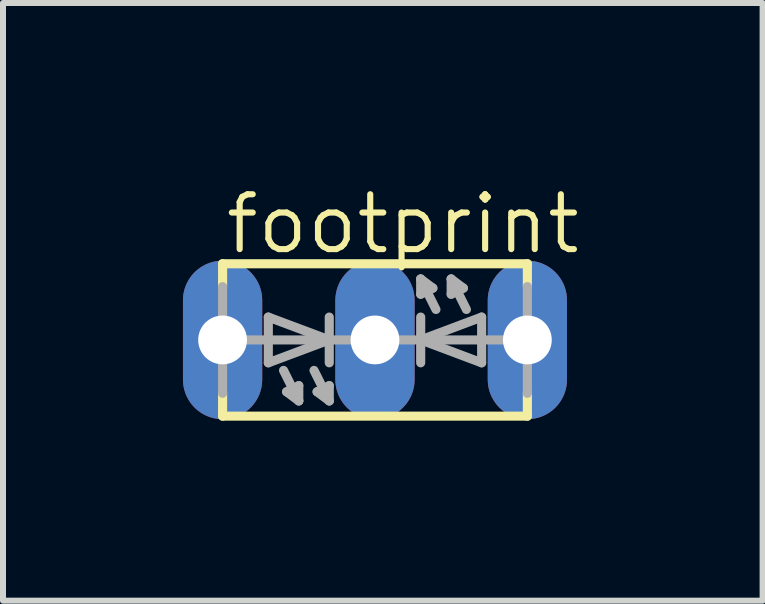
<source format=kicad_pcb>
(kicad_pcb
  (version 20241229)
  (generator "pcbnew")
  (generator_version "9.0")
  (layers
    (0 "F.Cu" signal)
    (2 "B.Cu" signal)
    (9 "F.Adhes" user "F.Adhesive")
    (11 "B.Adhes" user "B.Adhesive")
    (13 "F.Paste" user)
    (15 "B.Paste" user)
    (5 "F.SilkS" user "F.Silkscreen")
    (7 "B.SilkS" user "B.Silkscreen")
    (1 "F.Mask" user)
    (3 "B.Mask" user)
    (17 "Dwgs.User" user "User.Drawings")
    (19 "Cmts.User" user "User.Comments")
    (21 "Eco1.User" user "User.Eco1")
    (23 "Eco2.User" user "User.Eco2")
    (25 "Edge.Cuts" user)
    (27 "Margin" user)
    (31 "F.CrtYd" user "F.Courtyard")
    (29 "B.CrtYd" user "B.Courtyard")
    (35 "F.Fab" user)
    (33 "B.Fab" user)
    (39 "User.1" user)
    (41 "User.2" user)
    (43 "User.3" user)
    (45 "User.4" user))
  (footprint "footprint"
    (layer "F.Cu")
    (at 3.2 2.616)
    (property "Reference" "footprint" (at -2.54 -1.397 0) (layer "F.SilkS") (effects (font (size 0.914 0.914) (thickness 0.102)) (justify left bottom)))
    (fp_line (start -2.54 -1.27) (end -2.54 -0.889) (stroke (width 0.152) (type solid)) (layer "F.SilkS"))
    (fp_line (start -2.54 1.27) (end -2.54 0.889) (stroke (width 0.152) (type solid)) (layer "F.SilkS"))
    (fp_line (start -2.54 1.27) (end 2.54 1.27) (stroke (width 0.152) (type solid)) (layer "F.SilkS"))
    (fp_line (start 2.54 -1.27) (end -2.54 -1.27) (stroke (width 0.152) (type solid)) (layer "F.SilkS"))
    (fp_line (start 2.54 -1.27) (end 2.54 -0.889) (stroke (width 0.152) (type solid)) (layer "F.SilkS"))
    (fp_line (start 2.54 1.27) (end 2.54 0.889) (stroke (width 0.152) (type solid)) (layer "F.SilkS"))
    (fp_line (start -2.54 0.889) (end -2.54 -0.889) (stroke (width 0.152) (type solid)) (layer "F.Fab"))
    (fp_line (start -2.159 0) (end -0.762 0) (stroke (width 0.152) (type solid)) (layer "F.Fab"))
    (fp_line (start -1.778 -0.381) (end -1.778 0.381) (stroke (width 0.152) (type solid)) (layer "F.Fab"))
    (fp_line (start -1.778 -0.381) (end -0.762 0) (stroke (width 0.152) (type solid)) (layer "F.Fab"))
    (fp_line (start -1.524 0.508) (end -1.27 1.016) (stroke (width 0.152) (type solid)) (layer "F.Fab"))
    (fp_line (start -1.473 0.864) (end -1.27 0.762) (stroke (width 0.152) (type solid)) (layer "F.Fab"))
    (fp_line (start -1.27 1.016) (end -1.473 0.864) (stroke (width 0.152) (type solid)) (layer "F.Fab"))
    (fp_line (start -1.27 1.016) (end -1.27 0.762) (stroke (width 0.152) (type solid)) (layer "F.Fab"))
    (fp_line (start -1.016 0.508) (end -0.762 1.016) (stroke (width 0.152) (type solid)) (layer "F.Fab"))
    (fp_line (start -0.965 0.864) (end -0.762 0.762) (stroke (width 0.152) (type solid)) (layer "F.Fab"))
    (fp_line (start -0.762 -0.381) (end -0.762 0) (stroke (width 0.152) (type solid)) (layer "F.Fab"))
    (fp_line (start -0.762 0) (end -1.778 0.381) (stroke (width 0.152) (type solid)) (layer "F.Fab"))
    (fp_line (start -0.762 0) (end -0.762 0.381) (stroke (width 0.152) (type solid)) (layer "F.Fab"))
    (fp_line (start -0.762 1.016) (end -0.965 0.864) (stroke (width 0.152) (type solid)) (layer "F.Fab"))
    (fp_line (start -0.762 1.016) (end -0.762 0.762) (stroke (width 0.152) (type solid)) (layer "F.Fab"))
    (fp_line (start 0.762 -1.016) (end 0.762 -0.762) (stroke (width 0.152) (type solid)) (layer "F.Fab"))
    (fp_line (start 0.762 -1.016) (end 0.965 -0.864) (stroke (width 0.152) (type solid)) (layer "F.Fab"))
    (fp_line (start 0.762 0) (end -0.762 0) (stroke (width 0.152) (type solid)) (layer "F.Fab"))
    (fp_line (start 0.762 0) (end 0.762 -0.381) (stroke (width 0.152) (type solid)) (layer "F.Fab"))
    (fp_line (start 0.762 0) (end 1.778 -0.381) (stroke (width 0.152) (type solid)) (layer "F.Fab"))
    (fp_line (start 0.762 0.381) (end 0.762 0) (stroke (width 0.152) (type solid)) (layer "F.Fab"))
    (fp_line (start 0.965 -0.864) (end 0.762 -0.762) (stroke (width 0.152) (type solid)) (layer "F.Fab"))
    (fp_line (start 1.016 -0.508) (end 0.762 -1.016) (stroke (width 0.152) (type solid)) (layer "F.Fab"))
    (fp_line (start 1.27 -1.016) (end 1.27 -0.762) (stroke (width 0.152) (type solid)) (layer "F.Fab"))
    (fp_line (start 1.27 -1.016) (end 1.473 -0.864) (stroke (width 0.152) (type solid)) (layer "F.Fab"))
    (fp_line (start 1.473 -0.864) (end 1.27 -0.762) (stroke (width 0.152) (type solid)) (layer "F.Fab"))
    (fp_line (start 1.524 -0.508) (end 1.27 -1.016) (stroke (width 0.152) (type solid)) (layer "F.Fab"))
    (fp_line (start 1.778 0.381) (end 0.762 0) (stroke (width 0.152) (type solid)) (layer "F.Fab"))
    (fp_line (start 1.778 0.381) (end 1.778 -0.381) (stroke (width 0.152) (type solid)) (layer "F.Fab"))
    (fp_line (start 2.159 0) (end 0.762 0) (stroke (width 0.152) (type solid)) (layer "F.Fab"))
    (fp_line (start 2.54 0.889) (end 2.54 -0.889) (stroke (width 0.152) (type solid)) (layer "F.Fab"))
    (pad "AG" thru_hole oval (at -2.54 0 90) (size 2.642 1.321) (drill 0.813) (layers "*.Cu" "*.Mask"))
    (pad "AR" thru_hole oval (at 2.54 0 90) (size 2.642 1.321) (drill 0.813) (layers "*.Cu" "*.Mask"))
    (pad "K" thru_hole oval (at 0 0 90) (size 2.642 1.321) (drill 0.813) (layers "*.Cu" "*.Mask")))
  (gr_rect
    (start -3 -3)
    (end 9.661 6.962)
    (stroke (width 0.1) (type default))
    (fill no)
    (layer "Edge.Cuts")))
</source>
